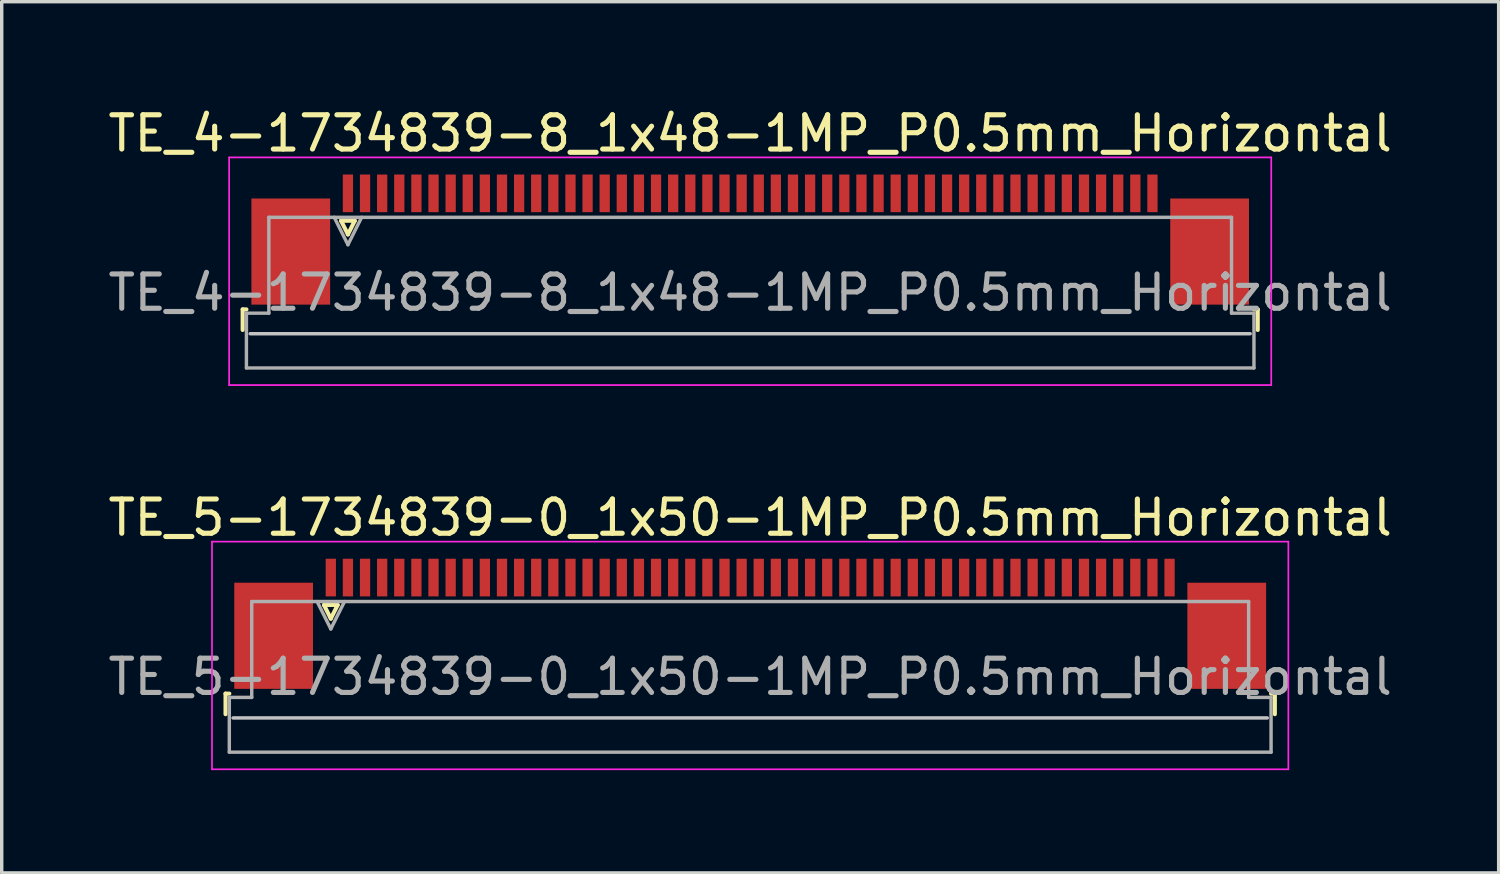
<source format=kicad_pcb>
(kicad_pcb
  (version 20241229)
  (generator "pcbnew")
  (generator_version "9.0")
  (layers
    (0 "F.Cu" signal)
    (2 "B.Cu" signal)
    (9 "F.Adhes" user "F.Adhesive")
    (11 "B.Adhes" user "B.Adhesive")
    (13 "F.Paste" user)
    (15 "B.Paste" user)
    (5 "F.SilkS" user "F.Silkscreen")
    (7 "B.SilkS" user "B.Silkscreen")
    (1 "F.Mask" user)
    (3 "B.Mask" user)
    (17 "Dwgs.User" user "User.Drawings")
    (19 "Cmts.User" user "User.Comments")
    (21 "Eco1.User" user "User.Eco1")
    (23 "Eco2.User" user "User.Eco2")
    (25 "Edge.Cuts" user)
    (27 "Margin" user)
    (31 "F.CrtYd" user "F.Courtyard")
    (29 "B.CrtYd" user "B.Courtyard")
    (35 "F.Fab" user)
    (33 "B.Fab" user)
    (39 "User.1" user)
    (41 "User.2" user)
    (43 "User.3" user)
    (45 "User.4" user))
  (footprint "TE_4-1734839-8_1x48-1MP_P0.5mm_Horizontal"
    (layer "F.Cu")
    (at 18.863 3.948)
    (property "Reference" "TE_4-1734839-8_1x48-1MP_P0.5mm_Horizontal" (at 0 -3.1 0) (layer "F.SilkS") (effects (font (size 1 1) (thickness 0.15))))
    (attr smd)
    (fp_line (start -14.825 2.04) (end -14.825 2.64) (stroke (width 0.12) (type solid)) (layer "F.SilkS"))
    (fp_line (start -14.715 2.04) (end -14.825 2.04) (stroke (width 0.12) (type solid)) (layer "F.SilkS"))
    (fp_line (start -11.95 -0.55) (end -11.75 -0.15) (stroke (width 0.12) (type solid)) (layer "F.SilkS"))
    (fp_line (start -11.75 -0.15) (end -11.55 -0.55) (stroke (width 0.12) (type solid)) (layer "F.SilkS"))
    (fp_line (start -11.55 -0.55) (end -11.95 -0.55) (stroke (width 0.12) (type solid)) (layer "F.SilkS"))
    (fp_line (start 14.715 2.04) (end 14.825 2.04) (stroke (width 0.12) (type solid)) (layer "F.SilkS"))
    (fp_line (start 14.825 2.04) (end 14.825 2.64) (stroke (width 0.12) (type solid)) (layer "F.SilkS"))
    (fp_line (start 14.605 2.75) (end -14.605 2.75) (stroke (width 0.1) (type solid)) (layer "Dwgs.User"))
    (fp_line (start -15.22 -2.4) (end -15.22 4.25) (stroke (width 0.05) (type solid)) (layer "F.CrtYd"))
    (fp_line (start -15.22 4.25) (end 15.22 4.25) (stroke (width 0.05) (type solid)) (layer "F.CrtYd"))
    (fp_line (start 15.22 -2.4) (end -15.22 -2.4) (stroke (width 0.05) (type solid)) (layer "F.CrtYd"))
    (fp_line (start 15.22 4.25) (end 15.22 -2.4) (stroke (width 0.05) (type solid)) (layer "F.CrtYd"))
    (fp_line (start -14.715 2.15) (end -14.06 2.15) (stroke (width 0.1) (type solid)) (layer "F.Fab"))
    (fp_line (start -14.715 3.75) (end -14.715 2.15) (stroke (width 0.1) (type solid)) (layer "F.Fab"))
    (fp_line (start -14.06 -0.65) (end 14.06 -0.65) (stroke (width 0.1) (type solid)) (layer "F.Fab"))
    (fp_line (start -14.06 2.15) (end -14.06 -0.65) (stroke (width 0.1) (type solid)) (layer "F.Fab"))
    (fp_line (start -12.15 -0.65) (end -11.75 0.15) (stroke (width 0.1) (type solid)) (layer "F.Fab"))
    (fp_line (start -11.75 0.15) (end -11.35 -0.65) (stroke (width 0.1) (type solid)) (layer "F.Fab"))
    (fp_line (start 14.06 -0.65) (end 14.06 2.15) (stroke (width 0.1) (type solid)) (layer "F.Fab"))
    (fp_line (start 14.06 2.15) (end 14.715 2.15) (stroke (width 0.1) (type solid)) (layer "F.Fab"))
    (fp_line (start 14.715 2.15) (end 14.715 3.75) (stroke (width 0.1) (type solid)) (layer "F.Fab"))
    (fp_line (start 14.715 3.75) (end -14.715 3.75) (stroke (width 0.1) (type solid)) (layer "F.Fab"))
    (fp_text user "${REFERENCE}" (at 0 1.55 0) (layer "F.Fab") (effects (font (size 1 1) (thickness 0.15))))
    (pad "1" smd rect (at -11.75 -1.35) (size 0.3 1.1) (layers "F.Cu" "F.Mask" "F.Paste"))
    (pad "2" smd rect (at -11.25 -1.35) (size 0.3 1.1) (layers "F.Cu" "F.Mask" "F.Paste"))
    (pad "3" smd rect (at -10.75 -1.35) (size 0.3 1.1) (layers "F.Cu" "F.Mask" "F.Paste"))
    (pad "4" smd rect (at -10.25 -1.35) (size 0.3 1.1) (layers "F.Cu" "F.Mask" "F.Paste"))
    (pad "5" smd rect (at -9.75 -1.35) (size 0.3 1.1) (layers "F.Cu" "F.Mask" "F.Paste"))
    (pad "6" smd rect (at -9.25 -1.35) (size 0.3 1.1) (layers "F.Cu" "F.Mask" "F.Paste"))
    (pad "7" smd rect (at -8.75 -1.35) (size 0.3 1.1) (layers "F.Cu" "F.Mask" "F.Paste"))
    (pad "8" smd rect (at -8.25 -1.35) (size 0.3 1.1) (layers "F.Cu" "F.Mask" "F.Paste"))
    (pad "9" smd rect (at -7.75 -1.35) (size 0.3 1.1) (layers "F.Cu" "F.Mask" "F.Paste"))
    (pad "10" smd rect (at -7.25 -1.35) (size 0.3 1.1) (layers "F.Cu" "F.Mask" "F.Paste"))
    (pad "11" smd rect (at -6.75 -1.35) (size 0.3 1.1) (layers "F.Cu" "F.Mask" "F.Paste"))
    (pad "12" smd rect (at -6.25 -1.35) (size 0.3 1.1) (layers "F.Cu" "F.Mask" "F.Paste"))
    (pad "13" smd rect (at -5.75 -1.35) (size 0.3 1.1) (layers "F.Cu" "F.Mask" "F.Paste"))
    (pad "14" smd rect (at -5.25 -1.35) (size 0.3 1.1) (layers "F.Cu" "F.Mask" "F.Paste"))
    (pad "15" smd rect (at -4.75 -1.35) (size 0.3 1.1) (layers "F.Cu" "F.Mask" "F.Paste"))
    (pad "16" smd rect (at -4.25 -1.35) (size 0.3 1.1) (layers "F.Cu" "F.Mask" "F.Paste"))
    (pad "17" smd rect (at -3.75 -1.35) (size 0.3 1.1) (layers "F.Cu" "F.Mask" "F.Paste"))
    (pad "18" smd rect (at -3.25 -1.35) (size 0.3 1.1) (layers "F.Cu" "F.Mask" "F.Paste"))
    (pad "19" smd rect (at -2.75 -1.35) (size 0.3 1.1) (layers "F.Cu" "F.Mask" "F.Paste"))
    (pad "20" smd rect (at -2.25 -1.35) (size 0.3 1.1) (layers "F.Cu" "F.Mask" "F.Paste"))
    (pad "21" smd rect (at -1.75 -1.35) (size 0.3 1.1) (layers "F.Cu" "F.Mask" "F.Paste"))
    (pad "22" smd rect (at -1.25 -1.35) (size 0.3 1.1) (layers "F.Cu" "F.Mask" "F.Paste"))
    (pad "23" smd rect (at -0.75 -1.35) (size 0.3 1.1) (layers "F.Cu" "F.Mask" "F.Paste"))
    (pad "24" smd rect (at -0.25 -1.35) (size 0.3 1.1) (layers "F.Cu" "F.Mask" "F.Paste"))
    (pad "25" smd rect (at 0.25 -1.35) (size 0.3 1.1) (layers "F.Cu" "F.Mask" "F.Paste"))
    (pad "26" smd rect (at 0.75 -1.35) (size 0.3 1.1) (layers "F.Cu" "F.Mask" "F.Paste"))
    (pad "27" smd rect (at 1.25 -1.35) (size 0.3 1.1) (layers "F.Cu" "F.Mask" "F.Paste"))
    (pad "28" smd rect (at 1.75 -1.35) (size 0.3 1.1) (layers "F.Cu" "F.Mask" "F.Paste"))
    (pad "29" smd rect (at 2.25 -1.35) (size 0.3 1.1) (layers "F.Cu" "F.Mask" "F.Paste"))
    (pad "30" smd rect (at 2.75 -1.35) (size 0.3 1.1) (layers "F.Cu" "F.Mask" "F.Paste"))
    (pad "31" smd rect (at 3.25 -1.35) (size 0.3 1.1) (layers "F.Cu" "F.Mask" "F.Paste"))
    (pad "32" smd rect (at 3.75 -1.35) (size 0.3 1.1) (layers "F.Cu" "F.Mask" "F.Paste"))
    (pad "33" smd rect (at 4.25 -1.35) (size 0.3 1.1) (layers "F.Cu" "F.Mask" "F.Paste"))
    (pad "34" smd rect (at 4.75 -1.35) (size 0.3 1.1) (layers "F.Cu" "F.Mask" "F.Paste"))
    (pad "35" smd rect (at 5.25 -1.35) (size 0.3 1.1) (layers "F.Cu" "F.Mask" "F.Paste"))
    (pad "36" smd rect (at 5.75 -1.35) (size 0.3 1.1) (layers "F.Cu" "F.Mask" "F.Paste"))
    (pad "37" smd rect (at 6.25 -1.35) (size 0.3 1.1) (layers "F.Cu" "F.Mask" "F.Paste"))
    (pad "38" smd rect (at 6.75 -1.35) (size 0.3 1.1) (layers "F.Cu" "F.Mask" "F.Paste"))
    (pad "39" smd rect (at 7.25 -1.35) (size 0.3 1.1) (layers "F.Cu" "F.Mask" "F.Paste"))
    (pad "40" smd rect (at 7.75 -1.35) (size 0.3 1.1) (layers "F.Cu" "F.Mask" "F.Paste"))
    (pad "41" smd rect (at 8.25 -1.35) (size 0.3 1.1) (layers "F.Cu" "F.Mask" "F.Paste"))
    (pad "42" smd rect (at 8.75 -1.35) (size 0.3 1.1) (layers "F.Cu" "F.Mask" "F.Paste"))
    (pad "43" smd rect (at 9.25 -1.35) (size 0.3 1.1) (layers "F.Cu" "F.Mask" "F.Paste"))
    (pad "44" smd rect (at 9.75 -1.35) (size 0.3 1.1) (layers "F.Cu" "F.Mask" "F.Paste"))
    (pad "45" smd rect (at 10.25 -1.35) (size 0.3 1.1) (layers "F.Cu" "F.Mask" "F.Paste"))
    (pad "46" smd rect (at 10.75 -1.35) (size 0.3 1.1) (layers "F.Cu" "F.Mask" "F.Paste"))
    (pad "47" smd rect (at 11.25 -1.35) (size 0.3 1.1) (layers "F.Cu" "F.Mask" "F.Paste"))
    (pad "48" smd rect (at 11.75 -1.35) (size 0.3 1.1) (layers "F.Cu" "F.Mask" "F.Paste"))
    (pad "MP" smd rect (at -13.42 0.35) (size 2.3 3.1) (layers "F.Cu" "F.Mask" "F.Paste"))
    (pad "MP" smd rect (at 13.42 0.35) (size 2.3 3.1) (layers "F.Cu" "F.Mask" "F.Paste")))
  (footprint "TE_5-1734839-0_1x50-1MP_P0.5mm_Horizontal"
    (layer "F.Cu")
    (at 18.863 15.171)
    (property "Reference" "TE_5-1734839-0_1x50-1MP_P0.5mm_Horizontal" (at 0 -3.1 0) (layer "F.SilkS") (effects (font (size 1 1) (thickness 0.15))))
    (attr smd)
    (fp_line (start -15.325 2.04) (end -15.325 2.64) (stroke (width 0.12) (type solid)) (layer "F.SilkS"))
    (fp_line (start -15.215 2.04) (end -15.325 2.04) (stroke (width 0.12) (type solid)) (layer "F.SilkS"))
    (fp_line (start -12.45 -0.55) (end -12.25 -0.15) (stroke (width 0.12) (type solid)) (layer "F.SilkS"))
    (fp_line (start -12.25 -0.15) (end -12.05 -0.55) (stroke (width 0.12) (type solid)) (layer "F.SilkS"))
    (fp_line (start -12.05 -0.55) (end -12.45 -0.55) (stroke (width 0.12) (type solid)) (layer "F.SilkS"))
    (fp_line (start 15.215 2.04) (end 15.325 2.04) (stroke (width 0.12) (type solid)) (layer "F.SilkS"))
    (fp_line (start 15.325 2.04) (end 15.325 2.64) (stroke (width 0.12) (type solid)) (layer "F.SilkS"))
    (fp_line (start 15.105 2.75) (end -15.105 2.75) (stroke (width 0.1) (type solid)) (layer "Dwgs.User"))
    (fp_line (start -15.72 -2.4) (end -15.72 4.25) (stroke (width 0.05) (type solid)) (layer "F.CrtYd"))
    (fp_line (start -15.72 4.25) (end 15.72 4.25) (stroke (width 0.05) (type solid)) (layer "F.CrtYd"))
    (fp_line (start 15.72 -2.4) (end -15.72 -2.4) (stroke (width 0.05) (type solid)) (layer "F.CrtYd"))
    (fp_line (start 15.72 4.25) (end 15.72 -2.4) (stroke (width 0.05) (type solid)) (layer "F.CrtYd"))
    (fp_line (start -15.215 2.15) (end -14.56 2.15) (stroke (width 0.1) (type solid)) (layer "F.Fab"))
    (fp_line (start -15.215 3.75) (end -15.215 2.15) (stroke (width 0.1) (type solid)) (layer "F.Fab"))
    (fp_line (start -14.56 -0.65) (end 14.56 -0.65) (stroke (width 0.1) (type solid)) (layer "F.Fab"))
    (fp_line (start -14.56 2.15) (end -14.56 -0.65) (stroke (width 0.1) (type solid)) (layer "F.Fab"))
    (fp_line (start -12.65 -0.65) (end -12.25 0.15) (stroke (width 0.1) (type solid)) (layer "F.Fab"))
    (fp_line (start -12.25 0.15) (end -11.85 -0.65) (stroke (width 0.1) (type solid)) (layer "F.Fab"))
    (fp_line (start 14.56 -0.65) (end 14.56 2.15) (stroke (width 0.1) (type solid)) (layer "F.Fab"))
    (fp_line (start 14.56 2.15) (end 15.215 2.15) (stroke (width 0.1) (type solid)) (layer "F.Fab"))
    (fp_line (start 15.215 2.15) (end 15.215 3.75) (stroke (width 0.1) (type solid)) (layer "F.Fab"))
    (fp_line (start 15.215 3.75) (end -15.215 3.75) (stroke (width 0.1) (type solid)) (layer "F.Fab"))
    (fp_text user "${REFERENCE}" (at 0 1.55 0) (layer "F.Fab") (effects (font (size 1 1) (thickness 0.15))))
    (pad "1" smd rect (at -12.25 -1.35) (size 0.3 1.1) (layers "F.Cu" "F.Mask" "F.Paste"))
    (pad "2" smd rect (at -11.75 -1.35) (size 0.3 1.1) (layers "F.Cu" "F.Mask" "F.Paste"))
    (pad "3" smd rect (at -11.25 -1.35) (size 0.3 1.1) (layers "F.Cu" "F.Mask" "F.Paste"))
    (pad "4" smd rect (at -10.75 -1.35) (size 0.3 1.1) (layers "F.Cu" "F.Mask" "F.Paste"))
    (pad "5" smd rect (at -10.25 -1.35) (size 0.3 1.1) (layers "F.Cu" "F.Mask" "F.Paste"))
    (pad "6" smd rect (at -9.75 -1.35) (size 0.3 1.1) (layers "F.Cu" "F.Mask" "F.Paste"))
    (pad "7" smd rect (at -9.25 -1.35) (size 0.3 1.1) (layers "F.Cu" "F.Mask" "F.Paste"))
    (pad "8" smd rect (at -8.75 -1.35) (size 0.3 1.1) (layers "F.Cu" "F.Mask" "F.Paste"))
    (pad "9" smd rect (at -8.25 -1.35) (size 0.3 1.1) (layers "F.Cu" "F.Mask" "F.Paste"))
    (pad "10" smd rect (at -7.75 -1.35) (size 0.3 1.1) (layers "F.Cu" "F.Mask" "F.Paste"))
    (pad "11" smd rect (at -7.25 -1.35) (size 0.3 1.1) (layers "F.Cu" "F.Mask" "F.Paste"))
    (pad "12" smd rect (at -6.75 -1.35) (size 0.3 1.1) (layers "F.Cu" "F.Mask" "F.Paste"))
    (pad "13" smd rect (at -6.25 -1.35) (size 0.3 1.1) (layers "F.Cu" "F.Mask" "F.Paste"))
    (pad "14" smd rect (at -5.75 -1.35) (size 0.3 1.1) (layers "F.Cu" "F.Mask" "F.Paste"))
    (pad "15" smd rect (at -5.25 -1.35) (size 0.3 1.1) (layers "F.Cu" "F.Mask" "F.Paste"))
    (pad "16" smd rect (at -4.75 -1.35) (size 0.3 1.1) (layers "F.Cu" "F.Mask" "F.Paste"))
    (pad "17" smd rect (at -4.25 -1.35) (size 0.3 1.1) (layers "F.Cu" "F.Mask" "F.Paste"))
    (pad "18" smd rect (at -3.75 -1.35) (size 0.3 1.1) (layers "F.Cu" "F.Mask" "F.Paste"))
    (pad "19" smd rect (at -3.25 -1.35) (size 0.3 1.1) (layers "F.Cu" "F.Mask" "F.Paste"))
    (pad "20" smd rect (at -2.75 -1.35) (size 0.3 1.1) (layers "F.Cu" "F.Mask" "F.Paste"))
    (pad "21" smd rect (at -2.25 -1.35) (size 0.3 1.1) (layers "F.Cu" "F.Mask" "F.Paste"))
    (pad "22" smd rect (at -1.75 -1.35) (size 0.3 1.1) (layers "F.Cu" "F.Mask" "F.Paste"))
    (pad "23" smd rect (at -1.25 -1.35) (size 0.3 1.1) (layers "F.Cu" "F.Mask" "F.Paste"))
    (pad "24" smd rect (at -0.75 -1.35) (size 0.3 1.1) (layers "F.Cu" "F.Mask" "F.Paste"))
    (pad "25" smd rect (at -0.25 -1.35) (size 0.3 1.1) (layers "F.Cu" "F.Mask" "F.Paste"))
    (pad "26" smd rect (at 0.25 -1.35) (size 0.3 1.1) (layers "F.Cu" "F.Mask" "F.Paste"))
    (pad "27" smd rect (at 0.75 -1.35) (size 0.3 1.1) (layers "F.Cu" "F.Mask" "F.Paste"))
    (pad "28" smd rect (at 1.25 -1.35) (size 0.3 1.1) (layers "F.Cu" "F.Mask" "F.Paste"))
    (pad "29" smd rect (at 1.75 -1.35) (size 0.3 1.1) (layers "F.Cu" "F.Mask" "F.Paste"))
    (pad "30" smd rect (at 2.25 -1.35) (size 0.3 1.1) (layers "F.Cu" "F.Mask" "F.Paste"))
    (pad "31" smd rect (at 2.75 -1.35) (size 0.3 1.1) (layers "F.Cu" "F.Mask" "F.Paste"))
    (pad "32" smd rect (at 3.25 -1.35) (size 0.3 1.1) (layers "F.Cu" "F.Mask" "F.Paste"))
    (pad "33" smd rect (at 3.75 -1.35) (size 0.3 1.1) (layers "F.Cu" "F.Mask" "F.Paste"))
    (pad "34" smd rect (at 4.25 -1.35) (size 0.3 1.1) (layers "F.Cu" "F.Mask" "F.Paste"))
    (pad "35" smd rect (at 4.75 -1.35) (size 0.3 1.1) (layers "F.Cu" "F.Mask" "F.Paste"))
    (pad "36" smd rect (at 5.25 -1.35) (size 0.3 1.1) (layers "F.Cu" "F.Mask" "F.Paste"))
    (pad "37" smd rect (at 5.75 -1.35) (size 0.3 1.1) (layers "F.Cu" "F.Mask" "F.Paste"))
    (pad "38" smd rect (at 6.25 -1.35) (size 0.3 1.1) (layers "F.Cu" "F.Mask" "F.Paste"))
    (pad "39" smd rect (at 6.75 -1.35) (size 0.3 1.1) (layers "F.Cu" "F.Mask" "F.Paste"))
    (pad "40" smd rect (at 7.25 -1.35) (size 0.3 1.1) (layers "F.Cu" "F.Mask" "F.Paste"))
    (pad "41" smd rect (at 7.75 -1.35) (size 0.3 1.1) (layers "F.Cu" "F.Mask" "F.Paste"))
    (pad "42" smd rect (at 8.25 -1.35) (size 0.3 1.1) (layers "F.Cu" "F.Mask" "F.Paste"))
    (pad "43" smd rect (at 8.75 -1.35) (size 0.3 1.1) (layers "F.Cu" "F.Mask" "F.Paste"))
    (pad "44" smd rect (at 9.25 -1.35) (size 0.3 1.1) (layers "F.Cu" "F.Mask" "F.Paste"))
    (pad "45" smd rect (at 9.75 -1.35) (size 0.3 1.1) (layers "F.Cu" "F.Mask" "F.Paste"))
    (pad "46" smd rect (at 10.25 -1.35) (size 0.3 1.1) (layers "F.Cu" "F.Mask" "F.Paste"))
    (pad "47" smd rect (at 10.75 -1.35) (size 0.3 1.1) (layers "F.Cu" "F.Mask" "F.Paste"))
    (pad "48" smd rect (at 11.25 -1.35) (size 0.3 1.1) (layers "F.Cu" "F.Mask" "F.Paste"))
    (pad "49" smd rect (at 11.75 -1.35) (size 0.3 1.1) (layers "F.Cu" "F.Mask" "F.Paste"))
    (pad "50" smd rect (at 12.25 -1.35) (size 0.3 1.1) (layers "F.Cu" "F.Mask" "F.Paste"))
    (pad "MP" smd rect (at -13.92 0.35) (size 2.3 3.1) (layers "F.Cu" "F.Mask" "F.Paste"))
    (pad "MP" smd rect (at 13.92 0.35) (size 2.3 3.1) (layers "F.Cu" "F.Mask" "F.Paste")))
  (gr_rect
    (start -3 -3)
    (end 40.726 22.447)
    (stroke (width 0.1) (type default))
    (fill no)
    (layer "Edge.Cuts")))
</source>
